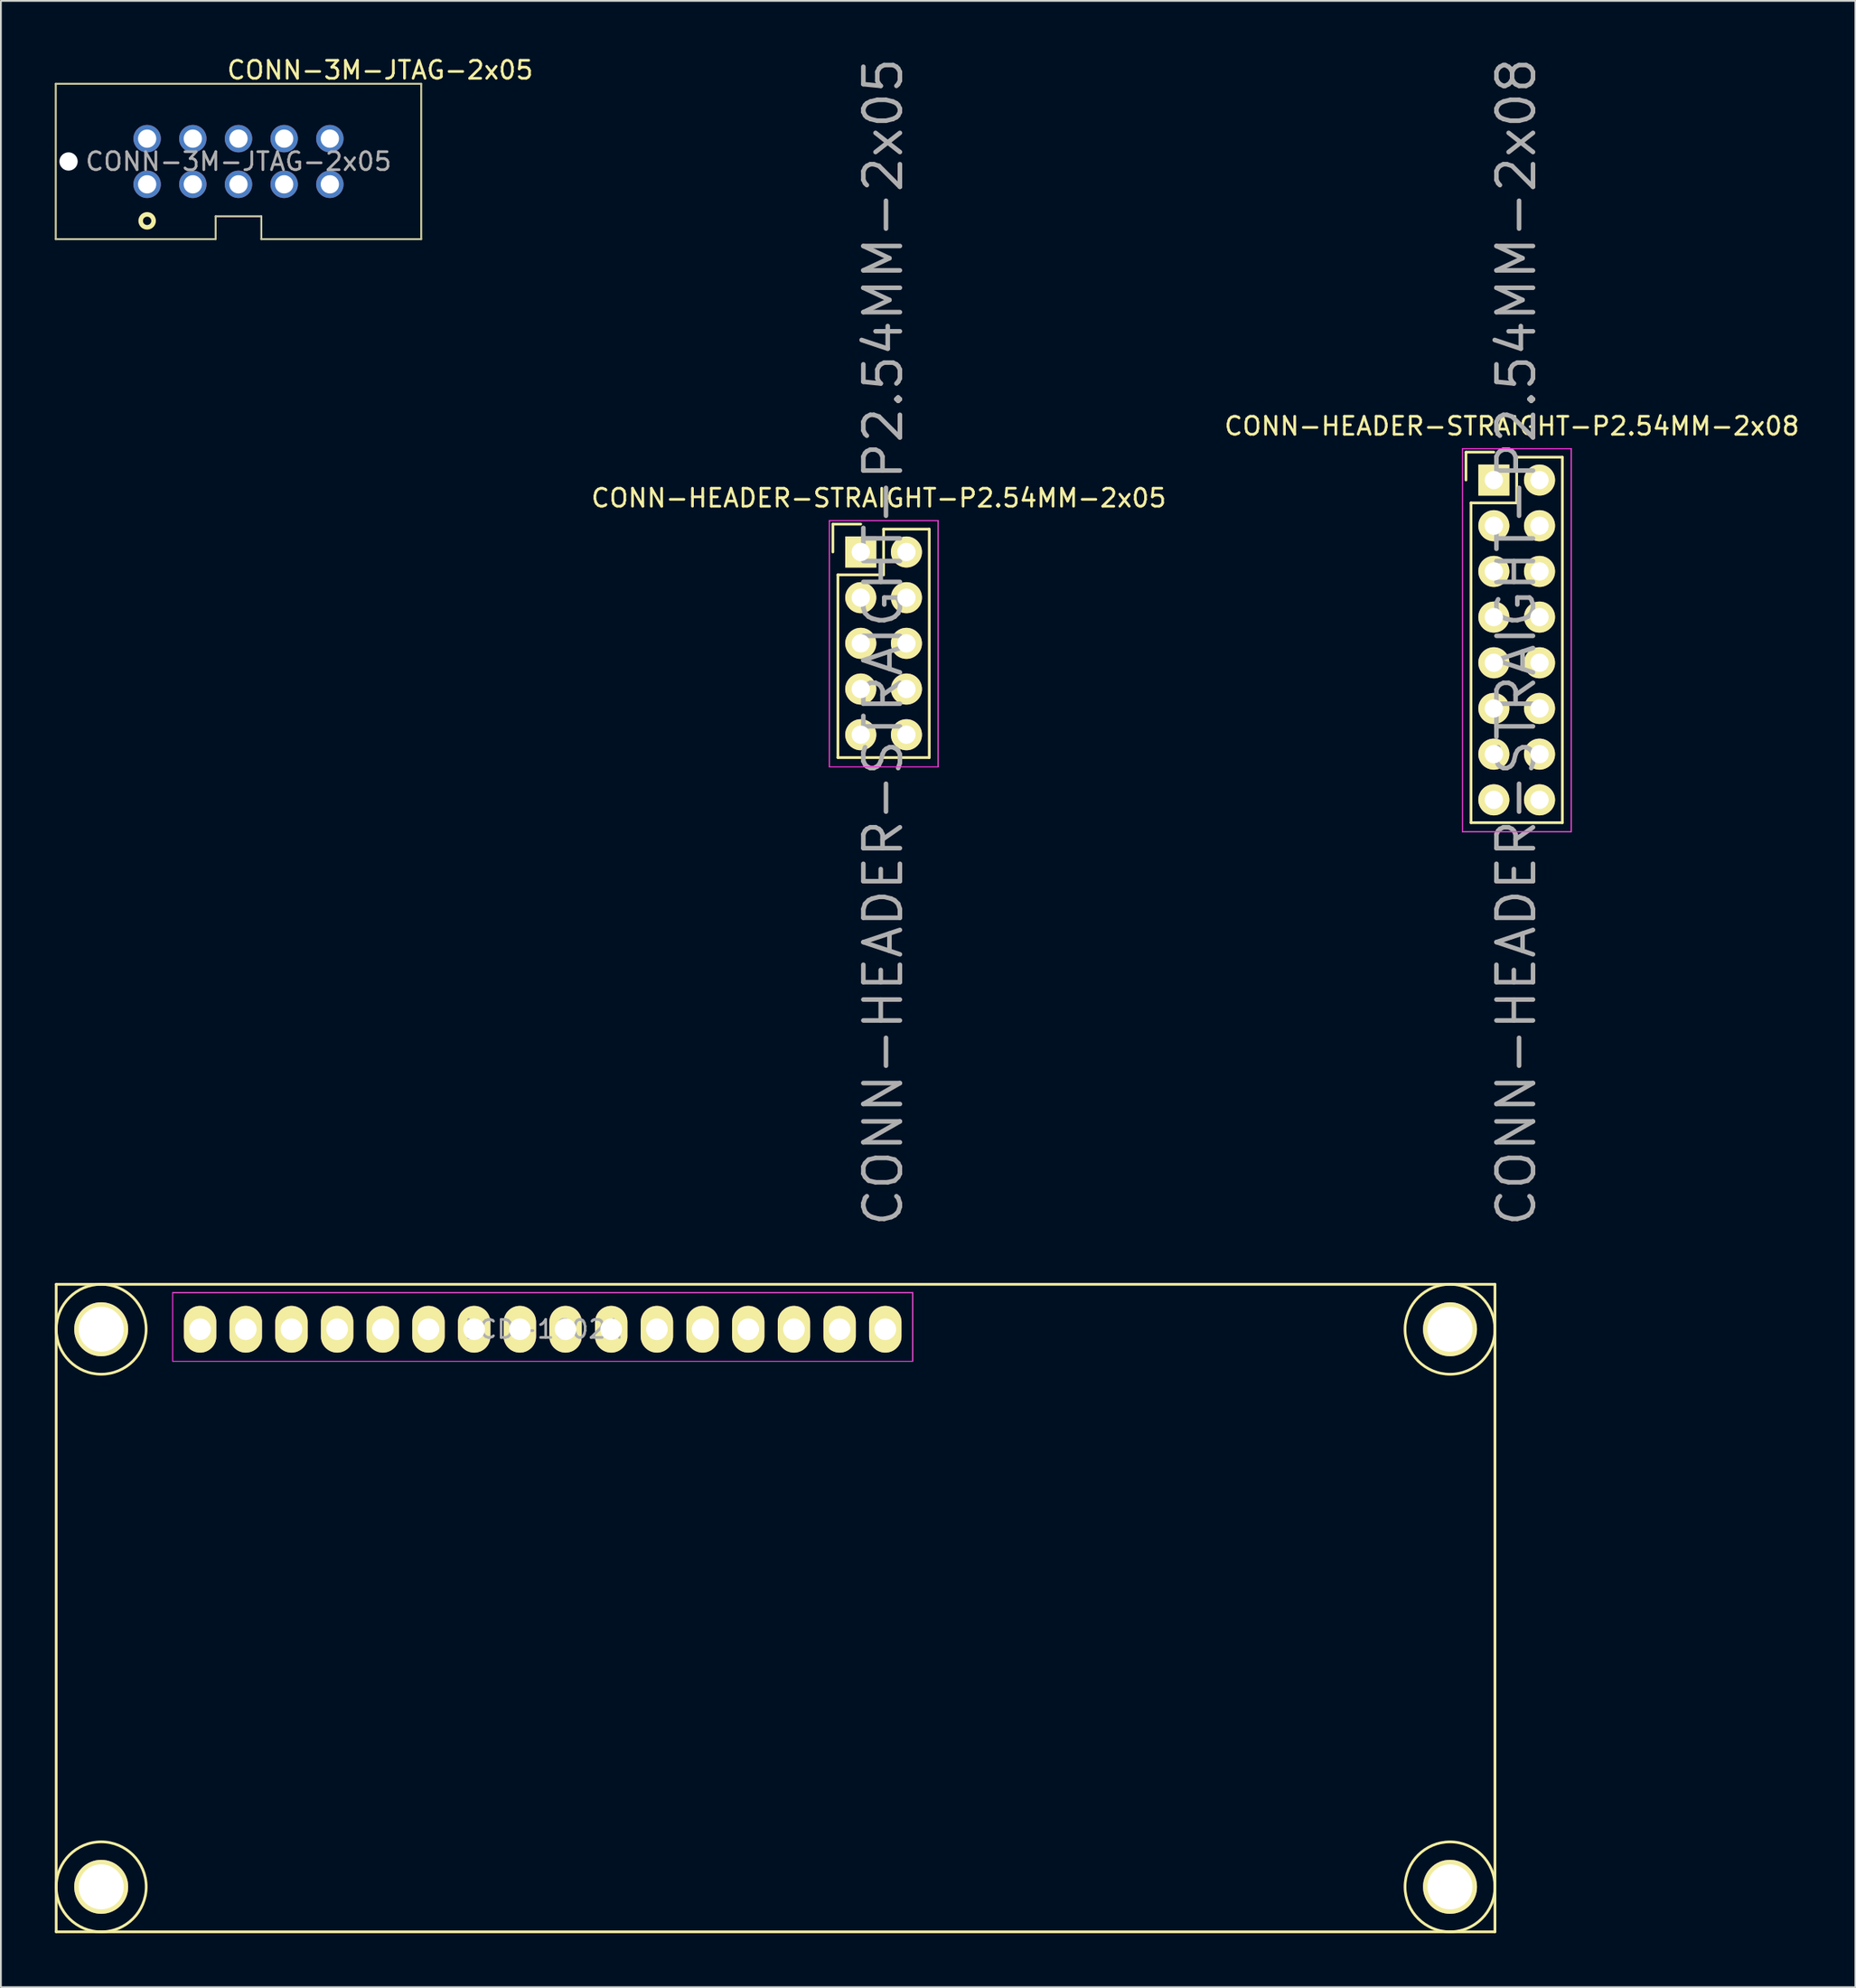
<source format=kicad_pcb>
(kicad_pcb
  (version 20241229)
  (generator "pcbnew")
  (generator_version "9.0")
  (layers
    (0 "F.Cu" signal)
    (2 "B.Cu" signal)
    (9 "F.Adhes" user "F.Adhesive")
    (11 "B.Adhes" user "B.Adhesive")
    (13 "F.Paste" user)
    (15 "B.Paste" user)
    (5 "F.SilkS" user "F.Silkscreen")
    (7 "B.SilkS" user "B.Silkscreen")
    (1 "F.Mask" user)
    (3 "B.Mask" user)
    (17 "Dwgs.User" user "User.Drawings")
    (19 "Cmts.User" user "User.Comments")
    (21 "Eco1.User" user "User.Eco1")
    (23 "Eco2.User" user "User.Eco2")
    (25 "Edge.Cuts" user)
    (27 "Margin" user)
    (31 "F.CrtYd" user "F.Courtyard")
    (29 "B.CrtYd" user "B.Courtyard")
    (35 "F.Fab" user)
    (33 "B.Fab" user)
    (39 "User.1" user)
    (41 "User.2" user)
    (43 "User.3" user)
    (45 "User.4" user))
  (footprint "LCD-1602A"
    (layer "F.Cu")
    (at 8.076 70.857)
    (property "Reference" "LCD-1602A" (at 19.05 0 0) (layer "F.Fab") (effects (font (size 1 1) (thickness 0.15))))
    (attr through_hole)
    (fp_line (start -8.001 -2.499) (end 71.999 -2.499) (stroke (width 0.15) (type solid)) (layer "F.SilkS"))
    (fp_line (start -8.001 33.5) (end -8.001 -2.499) (stroke (width 0.15) (type solid)) (layer "F.SilkS"))
    (fp_line (start 71.999 -2.499) (end 71.999 33.5) (stroke (width 0.15) (type solid)) (layer "F.SilkS"))
    (fp_line (start 71.999 33.5) (end -8.001 33.5) (stroke (width 0.15) (type solid)) (layer "F.SilkS"))
    (fp_circle (center -5.499 0) (end -3 0) (stroke (width 0.15) (type solid)) (fill no) (layer "F.SilkS"))
    (fp_circle (center -5.499 31.001) (end -8.001 31.001) (stroke (width 0.15) (type solid)) (fill no) (layer "F.SilkS"))
    (fp_circle (center 69.499 0) (end 71.999 0) (stroke (width 0.15) (type solid)) (fill no) (layer "F.SilkS"))
    (fp_circle (center 69.499 31.001) (end 71.999 31.001) (stroke (width 0.15) (type solid)) (fill no) (layer "F.SilkS"))
    (fp_line (start -1.524 -2.032) (end -1.524 -1.778) (stroke (width 0.05) (type solid)) (layer "F.CrtYd"))
    (fp_line (start -1.524 -1.778) (end -1.524 1.778) (stroke (width 0.05) (type solid)) (layer "F.CrtYd"))
    (fp_line (start -1.524 1.778) (end 39.624 1.778) (stroke (width 0.05) (type solid)) (layer "F.CrtYd"))
    (fp_line (start 39.624 -2.032) (end -1.524 -2.032) (stroke (width 0.05) (type solid)) (layer "F.CrtYd"))
    (fp_line (start 39.624 1.778) (end 39.624 -2.032) (stroke (width 0.05) (type solid)) (layer "F.CrtYd"))
    (fp_line (start -1.524 -2.032) (end -1.524 1.778) (stroke (width 0.05) (type solid)) (layer "F.Fab"))
    (fp_line (start -1.524 1.778) (end 39.624 1.778) (stroke (width 0.05) (type solid)) (layer "F.Fab"))
    (fp_line (start 39.624 -2.032) (end -1.524 -2.032) (stroke (width 0.05) (type solid)) (layer "F.Fab"))
    (fp_line (start 39.624 1.778) (end 39.624 -2.032) (stroke (width 0.05) (type solid)) (layer "F.Fab"))
    (pad "0" thru_hole circle (at -5.499 0) (size 3 3) (drill 2.5) (layers "*.Cu" "*.Mask" "F.SilkS"))
    (pad "0" thru_hole circle (at -5.499 31.001) (size 3 3) (drill 2.5) (layers "*.Cu" "*.Mask" "F.SilkS"))
    (pad "0" thru_hole circle (at 69.499 0) (size 3 3) (drill 2.5) (layers "*.Cu" "*.Mask" "F.SilkS"))
    (pad "0" thru_hole circle (at 69.499 31.001) (size 3 3) (drill 2.5) (layers "*.Cu" "*.Mask" "F.SilkS"))
    (pad "1" thru_hole oval (at 0 0) (size 1.8 2.6) (drill 1.2) (layers "*.Cu" "*.Mask" "F.SilkS"))
    (pad "2" thru_hole oval (at 2.54 0) (size 1.8 2.6) (drill 1.2) (layers "*.Cu" "*.Mask" "F.SilkS"))
    (pad "3" thru_hole oval (at 5.08 0) (size 1.8 2.6) (drill 1.2) (layers "*.Cu" "*.Mask" "F.SilkS"))
    (pad "4" thru_hole oval (at 7.62 0) (size 1.8 2.6) (drill 1.2) (layers "*.Cu" "*.Mask" "F.SilkS"))
    (pad "5" thru_hole oval (at 10.16 0) (size 1.8 2.6) (drill 1.2) (layers "*.Cu" "*.Mask" "F.SilkS"))
    (pad "6" thru_hole oval (at 12.7 0) (size 1.8 2.6) (drill 1.2) (layers "*.Cu" "*.Mask" "F.SilkS"))
    (pad "7" thru_hole oval (at 15.24 0) (size 1.8 2.6) (drill 1.2) (layers "*.Cu" "*.Mask" "F.SilkS"))
    (pad "8" thru_hole oval (at 17.78 0) (size 1.8 2.6) (drill 1.2) (layers "*.Cu" "*.Mask" "F.SilkS"))
    (pad "9" thru_hole oval (at 20.32 0) (size 1.8 2.6) (drill 1.2) (layers "*.Cu" "*.Mask" "F.SilkS"))
    (pad "10" thru_hole oval (at 22.86 0) (size 1.8 2.6) (drill 1.2) (layers "*.Cu" "*.Mask" "F.SilkS"))
    (pad "11" thru_hole oval (at 25.4 0) (size 1.8 2.6) (drill 1.2) (layers "*.Cu" "*.Mask" "F.SilkS"))
    (pad "12" thru_hole oval (at 27.94 0) (size 1.8 2.6) (drill 1.2) (layers "*.Cu" "*.Mask" "F.SilkS"))
    (pad "13" thru_hole oval (at 30.48 0) (size 1.8 2.6) (drill 1.2) (layers "*.Cu" "*.Mask" "F.SilkS"))
    (pad "14" thru_hole oval (at 33.02 0) (size 1.8 2.6) (drill 1.2) (layers "*.Cu" "*.Mask" "F.SilkS"))
    (pad "15" thru_hole oval (at 35.56 0) (size 1.8 2.6) (drill 1.2) (layers "*.Cu" "*.Mask" "F.SilkS"))
    (pad "16" thru_hole oval (at 38.1 0) (size 1.8 2.6) (drill 1.2) (layers "*.Cu" "*.Mask" "F.SilkS")))
  (footprint "CONN-HEADER-STRAIGHT-P2.54MM-2x05"
    (layer "F.Cu")
    (at 44.811 27.641)
    (property "Reference" "CONN-HEADER-STRAIGHT-P2.54MM-2x05" (at 1.25 5 90) (layer "F.Fab") (effects (font (size 2.032 2.032) (thickness 0.254))))
    (attr through_hole)
    (fp_line (start -1.55 -1.55) (end -1.55 0) (stroke (width 0.15) (type solid)) (layer "F.SilkS"))
    (fp_line (start -1.27 11.43) (end -1.27 1.27) (stroke (width 0.15) (type solid)) (layer "F.SilkS"))
    (fp_line (start 0 -1.55) (end -1.55 -1.55) (stroke (width 0.15) (type solid)) (layer "F.SilkS"))
    (fp_line (start 1.27 -1.27) (end 1.27 1.27) (stroke (width 0.15) (type solid)) (layer "F.SilkS"))
    (fp_line (start 1.27 1.27) (end -1.27 1.27) (stroke (width 0.15) (type solid)) (layer "F.SilkS"))
    (fp_line (start 3.81 -1.27) (end 1.27 -1.27) (stroke (width 0.15) (type solid)) (layer "F.SilkS"))
    (fp_line (start 3.81 -1.27) (end 3.81 11.43) (stroke (width 0.15) (type solid)) (layer "F.SilkS"))
    (fp_line (start 3.81 11.43) (end -1.27 11.43) (stroke (width 0.15) (type solid)) (layer "F.SilkS"))
    (fp_line (start -1.75 -1.75) (end -1.75 11.95) (stroke (width 0.05) (type solid)) (layer "F.CrtYd"))
    (fp_line (start -1.75 -1.75) (end 4.3 -1.75) (stroke (width 0.05) (type solid)) (layer "F.CrtYd"))
    (fp_line (start -1.75 11.95) (end 4.3 11.95) (stroke (width 0.05) (type solid)) (layer "F.CrtYd"))
    (fp_line (start 4.3 -1.75) (end 4.3 11.95) (stroke (width 0.05) (type solid)) (layer "F.CrtYd"))
    (fp_line (start -1.75 -1.75) (end -1.75 11.95) (stroke (width 0.05) (type solid)) (layer "F.Fab"))
    (fp_line (start -1.75 -1.75) (end 4.3 -1.75) (stroke (width 0.05) (type solid)) (layer "F.Fab"))
    (fp_line (start -1.75 11.95) (end 4.3 11.95) (stroke (width 0.05) (type solid)) (layer "F.Fab"))
    (fp_line (start 4.3 -1.75) (end 4.3 11.95) (stroke (width 0.05) (type solid)) (layer "F.Fab"))
    (fp_text user "${REFERENCE}" (at 1 -3 0) (layer "F.SilkS") (effects (font (size 1 1) (thickness 0.15))))
    (pad "1" thru_hole rect (at 0 0) (size 1.727 1.727) (drill 1.016) (layers "*.Cu" "*.Mask" "F.SilkS"))
    (pad "2" thru_hole oval (at 2.54 0) (size 1.727 1.727) (drill 1.016) (layers "*.Cu" "*.Mask" "F.SilkS"))
    (pad "3" thru_hole oval (at 0 2.54) (size 1.727 1.727) (drill 1.016) (layers "*.Cu" "*.Mask" "F.SilkS"))
    (pad "4" thru_hole oval (at 2.54 2.54) (size 1.727 1.727) (drill 1.016) (layers "*.Cu" "*.Mask" "F.SilkS"))
    (pad "5" thru_hole oval (at 0 5.08) (size 1.727 1.727) (drill 1.016) (layers "*.Cu" "*.Mask" "F.SilkS"))
    (pad "6" thru_hole oval (at 2.54 5.08) (size 1.727 1.727) (drill 1.016) (layers "*.Cu" "*.Mask" "F.SilkS"))
    (pad "7" thru_hole oval (at 0 7.62) (size 1.727 1.727) (drill 1.016) (layers "*.Cu" "*.Mask" "F.SilkS"))
    (pad "8" thru_hole oval (at 2.54 7.62) (size 1.727 1.727) (drill 1.016) (layers "*.Cu" "*.Mask" "F.SilkS"))
    (pad "9" thru_hole oval (at 0 10.16) (size 1.727 1.727) (drill 1.016) (layers "*.Cu" "*.Mask" "F.SilkS"))
    (pad "10" thru_hole oval (at 2.54 10.16) (size 1.727 1.727) (drill 1.016) (layers "*.Cu" "*.Mask" "F.SilkS")))
  (footprint "CONN-HEADER-STRAIGHT-P2.54MM-2x08"
    (layer "F.Cu")
    (at 80.013 23.641)
    (property "Reference" "CONN-HEADER-STRAIGHT-P2.54MM-2x08" (at 1.25 9 90) (layer "F.Fab") (effects (font (size 2.032 2.032) (thickness 0.254))))
    (attr through_hole)
    (fp_line (start -1.55 -1.55) (end -1.55 0) (stroke (width 0.15) (type solid)) (layer "F.SilkS"))
    (fp_line (start -1.27 1.27) (end -1.27 19.05) (stroke (width 0.15) (type solid)) (layer "F.SilkS"))
    (fp_line (start 0 -1.55) (end -1.55 -1.55) (stroke (width 0.15) (type solid)) (layer "F.SilkS"))
    (fp_line (start 1.27 -1.27) (end 1.27 1.27) (stroke (width 0.15) (type solid)) (layer "F.SilkS"))
    (fp_line (start 1.27 1.27) (end -1.27 1.27) (stroke (width 0.15) (type solid)) (layer "F.SilkS"))
    (fp_line (start 3.81 -1.27) (end 1.27 -1.27) (stroke (width 0.15) (type solid)) (layer "F.SilkS"))
    (fp_line (start 3.81 19.05) (end -1.27 19.05) (stroke (width 0.15) (type solid)) (layer "F.SilkS"))
    (fp_line (start 3.81 19.05) (end 3.81 -1.27) (stroke (width 0.15) (type solid)) (layer "F.SilkS"))
    (fp_line (start -1.75 -1.75) (end -1.75 19.55) (stroke (width 0.05) (type solid)) (layer "F.CrtYd"))
    (fp_line (start -1.75 -1.75) (end 4.3 -1.75) (stroke (width 0.05) (type solid)) (layer "F.CrtYd"))
    (fp_line (start -1.75 19.55) (end 4.3 19.55) (stroke (width 0.05) (type solid)) (layer "F.CrtYd"))
    (fp_line (start 4.3 -1.75) (end 4.3 19.55) (stroke (width 0.05) (type solid)) (layer "F.CrtYd"))
    (fp_line (start -1.75 -1.75) (end -1.75 19.55) (stroke (width 0.05) (type solid)) (layer "F.Fab"))
    (fp_line (start -1.75 -1.75) (end 4.3 -1.75) (stroke (width 0.05) (type solid)) (layer "F.Fab"))
    (fp_line (start -1.75 19.55) (end 4.3 19.55) (stroke (width 0.05) (type solid)) (layer "F.Fab"))
    (fp_line (start 4.3 -1.75) (end 4.3 19.55) (stroke (width 0.05) (type solid)) (layer "F.Fab"))
    (fp_text user "${REFERENCE}" (at 1 -3 0) (layer "F.SilkS") (effects (font (size 1 1) (thickness 0.15))))
    (pad "1" thru_hole rect (at 0 0) (size 1.727 1.727) (drill 1.016) (layers "*.Cu" "*.Mask" "F.SilkS"))
    (pad "2" thru_hole oval (at 2.54 0) (size 1.727 1.727) (drill 1.016) (layers "*.Cu" "*.Mask" "F.SilkS"))
    (pad "3" thru_hole oval (at 0 2.54) (size 1.727 1.727) (drill 1.016) (layers "*.Cu" "*.Mask" "F.SilkS"))
    (pad "4" thru_hole oval (at 2.54 2.54) (size 1.727 1.727) (drill 1.016) (layers "*.Cu" "*.Mask" "F.SilkS"))
    (pad "5" thru_hole oval (at 0 5.08) (size 1.727 1.727) (drill 1.016) (layers "*.Cu" "*.Mask" "F.SilkS"))
    (pad "6" thru_hole oval (at 2.54 5.08) (size 1.727 1.727) (drill 1.016) (layers "*.Cu" "*.Mask" "F.SilkS"))
    (pad "7" thru_hole oval (at 0 7.62) (size 1.727 1.727) (drill 1.016) (layers "*.Cu" "*.Mask" "F.SilkS"))
    (pad "8" thru_hole oval (at 2.54 7.62) (size 1.727 1.727) (drill 1.016) (layers "*.Cu" "*.Mask" "F.SilkS"))
    (pad "9" thru_hole oval (at 0 10.16) (size 1.727 1.727) (drill 1.016) (layers "*.Cu" "*.Mask" "F.SilkS"))
    (pad "10" thru_hole oval (at 2.54 10.16) (size 1.727 1.727) (drill 1.016) (layers "*.Cu" "*.Mask" "F.SilkS"))
    (pad "11" thru_hole oval (at 0 12.7) (size 1.727 1.727) (drill 1.016) (layers "*.Cu" "*.Mask" "F.SilkS"))
    (pad "12" thru_hole oval (at 2.54 12.7) (size 1.727 1.727) (drill 1.016) (layers "*.Cu" "*.Mask" "F.SilkS"))
    (pad "13" thru_hole oval (at 0 15.24) (size 1.727 1.727) (drill 1.016) (layers "*.Cu" "*.Mask" "F.SilkS"))
    (pad "14" thru_hole oval (at 2.54 15.24) (size 1.727 1.727) (drill 1.016) (layers "*.Cu" "*.Mask" "F.SilkS"))
    (pad "15" thru_hole oval (at 0 17.78) (size 1.727 1.727) (drill 1.016) (layers "*.Cu" "*.Mask" "F.SilkS"))
    (pad "16" thru_hole oval (at 2.54 17.78) (size 1.727 1.727) (drill 1.016) (layers "*.Cu" "*.Mask" "F.SilkS")))
  (footprint "CONN-3M-JTAG-2x05"
    (layer "F.Cu")
    (at 10.211 5.928)
    (property "Reference" "CONN-3M-JTAG-2x05" (at 0 0 0) (layer "F.Fab") (effects (font (size 1 1) (thickness 0.15))))
    (attr through_hole)
    (fp_line (start -10.16 4.318) (end -10.16 -4.318) (stroke (width 0.102) (type solid)) (layer "F.SilkS"))
    (fp_line (start -10.16 4.318) (end -1.27 4.318) (stroke (width 0.102) (type solid)) (layer "F.SilkS"))
    (fp_line (start -1.27 3.048) (end 1.27 3.048) (stroke (width 0.102) (type solid)) (layer "F.SilkS"))
    (fp_line (start -1.27 4.318) (end -1.27 3.048) (stroke (width 0.102) (type solid)) (layer "F.SilkS"))
    (fp_line (start 1.27 3.048) (end 1.27 4.318) (stroke (width 0.102) (type solid)) (layer "F.SilkS"))
    (fp_line (start 1.27 4.318) (end 10.16 4.318) (stroke (width 0.102) (type solid)) (layer "F.SilkS"))
    (fp_line (start 10.16 -4.318) (end -10.16 -4.318) (stroke (width 0.102) (type solid)) (layer "F.SilkS"))
    (fp_line (start 10.16 4.318) (end 10.16 -4.318) (stroke (width 0.102) (type solid)) (layer "F.SilkS"))
    (fp_circle (center -5.08 3.302) (end -4.826 3.556) (stroke (width 0.254) (type solid)) (fill no) (layer "F.SilkS"))
    (fp_line (start -10.16 -4.318) (end -10.16 4.318) (stroke (width 0.041) (type solid)) (layer "F.Fab"))
    (fp_line (start -10.16 4.318) (end -1.27 4.318) (stroke (width 0.041) (type solid)) (layer "F.Fab"))
    (fp_line (start -1.27 3.048) (end 1.27 3.048) (stroke (width 0.041) (type solid)) (layer "F.Fab"))
    (fp_line (start -1.27 4.318) (end -1.27 3.048) (stroke (width 0.041) (type solid)) (layer "F.Fab"))
    (fp_line (start 1.27 3.048) (end 1.27 4.318) (stroke (width 0.041) (type solid)) (layer "F.Fab"))
    (fp_line (start 1.27 4.318) (end 10.16 4.318) (stroke (width 0.041) (type solid)) (layer "F.Fab"))
    (fp_line (start 10.16 -4.318) (end -10.16 -4.318) (stroke (width 0.041) (type solid)) (layer "F.Fab"))
    (fp_line (start 10.16 -4.064) (end 10.16 -4.318) (stroke (width 0.041) (type solid)) (layer "F.Fab"))
    (fp_line (start 10.16 4.318) (end 10.16 -4.064) (stroke (width 0.041) (type solid)) (layer "F.Fab"))
    (fp_text user "${REFERENCE}" (at 7.874 -5.08 0) (layer "F.SilkS") (effects (font (size 1 1) (thickness 0.15))))
    (pad "" np_thru_hole circle (at -9.449 0) (size 1.016 1.016) (drill 1.016) (layers "*.Cu"))
    (pad "1" thru_hole circle (at -5.08 1.27) (size 1.524 1.524) (drill 1.016) (layers "*.Cu" "*.Mask"))
    (pad "2" thru_hole circle (at -5.08 -1.27) (size 1.524 1.524) (drill 1.016) (layers "*.Cu" "*.Mask"))
    (pad "3" thru_hole circle (at -2.54 1.27) (size 1.524 1.524) (drill 1.016) (layers "*.Cu" "*.Mask"))
    (pad "4" thru_hole circle (at -2.54 -1.27) (size 1.524 1.524) (drill 1.016) (layers "*.Cu" "*.Mask"))
    (pad "5" thru_hole circle (at 0 1.27) (size 1.524 1.524) (drill 1.016) (layers "*.Cu" "*.Mask"))
    (pad "6" thru_hole circle (at 0 -1.27) (size 1.524 1.524) (drill 1.016) (layers "*.Cu" "*.Mask"))
    (pad "7" thru_hole circle (at 2.54 1.27) (size 1.524 1.524) (drill 1.016) (layers "*.Cu" "*.Mask"))
    (pad "8" thru_hole circle (at 2.54 -1.27) (size 1.524 1.524) (drill 1.016) (layers "*.Cu" "*.Mask"))
    (pad "9" thru_hole circle (at 5.08 1.27) (size 1.524 1.524) (drill 1.016) (layers "*.Cu" "*.Mask"))
    (pad "10" thru_hole circle (at 5.08 -1.27) (size 1.524 1.524) (drill 1.016) (layers "*.Cu" "*.Mask")))
  (gr_rect
    (start -3 -3)
    (end 100.115 107.435)
    (stroke (width 0.1) (type default))
    (fill no)
    (layer "Edge.Cuts")))
</source>
